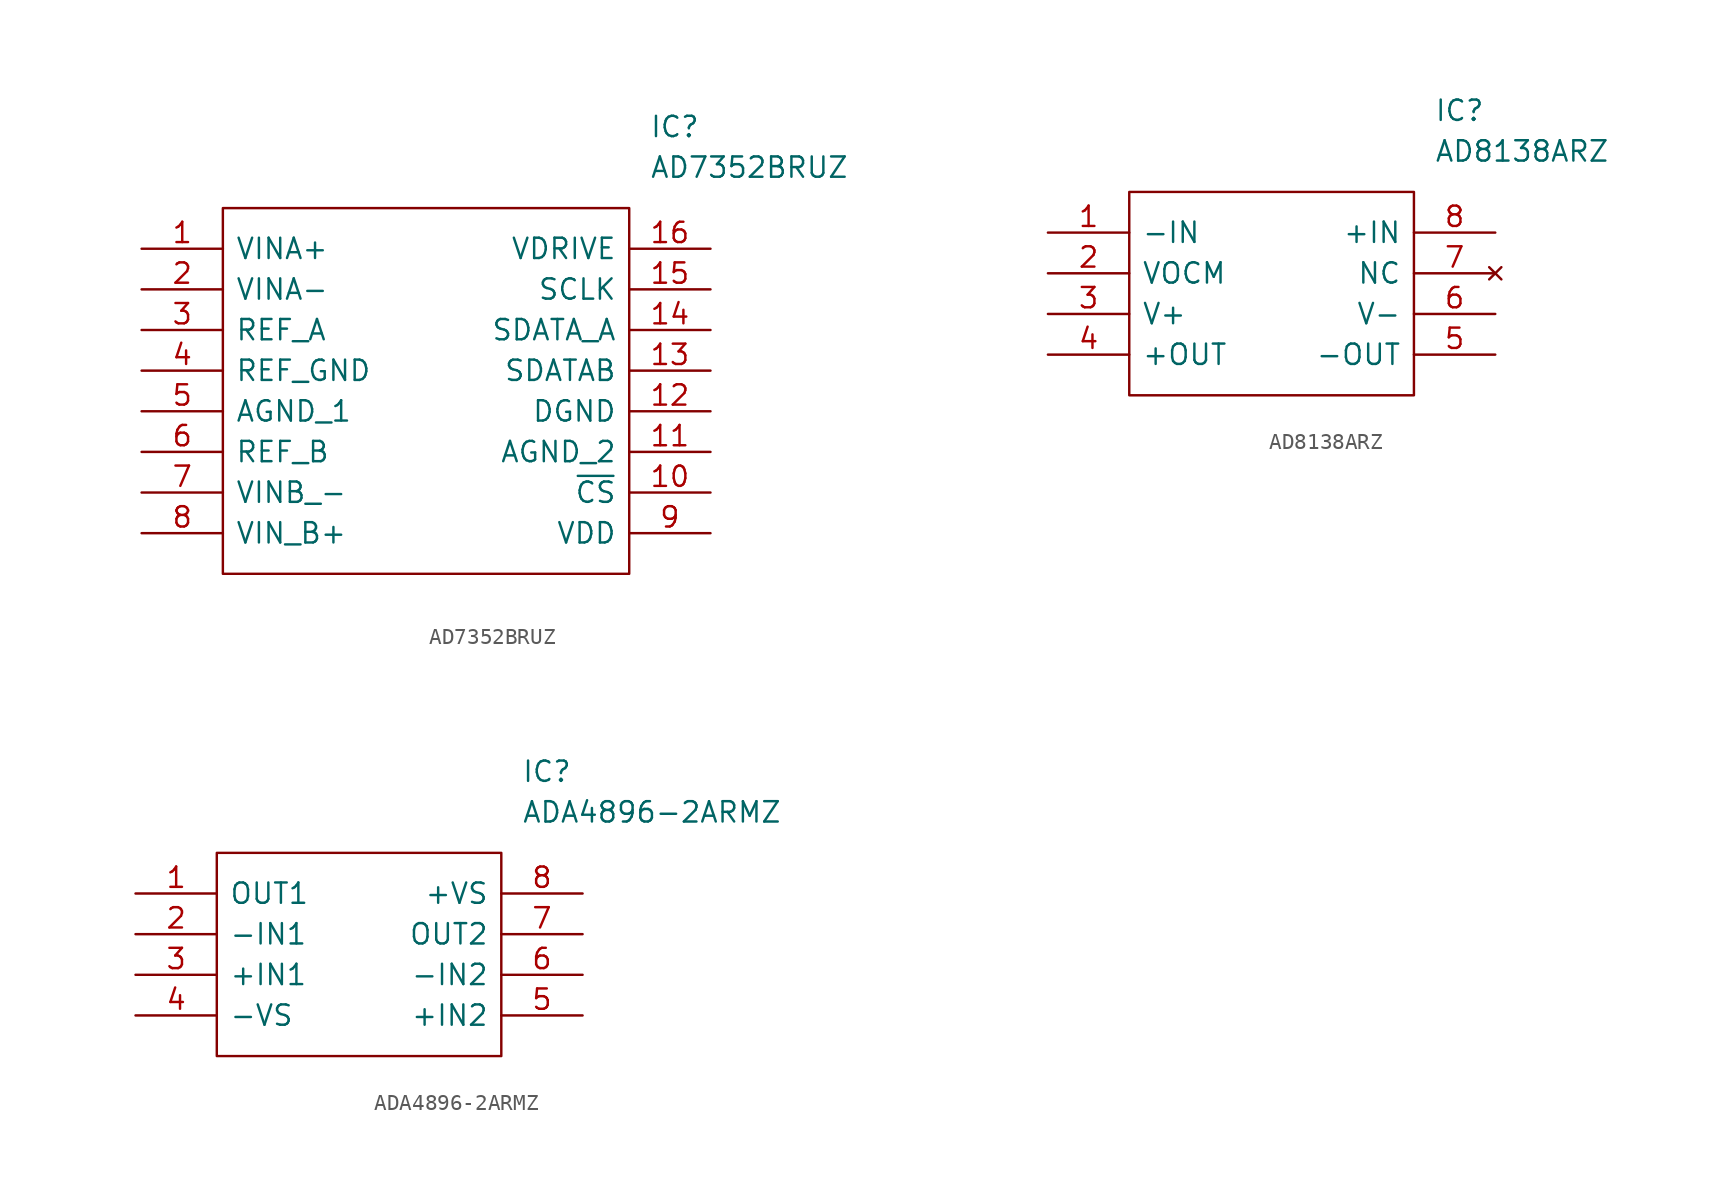
<source format=kicad_sym>
(kicad_symbol_lib
  (version 20231120)
  (generator "kicad_symbol_editor")
  (generator_version "8.0")
  (symbol "AD7352BRUZ"
    (pin_names
      (offset 0.762))
    (property "Reference" "IC"
      (at 31.75 7.62 0)
      (effects (font (size 1.27 1.27)) (justify left)))
    (property "Value" "AD7352BRUZ"
      (at 31.75 5.08 0)
      (effects (font (size 1.27 1.27)) (justify left)))
    (symbol "AD7352BRUZ_0_0"
      (pin passive line (at 0 0 0) (length 5.08) (name "VINA+" (effects (font (size 1.27 1.27)))) (number "1" (effects (font (size 1.27 1.27)))))
      (pin passive line (at 35.56 -15.24 180) (length 5.08) (name "~{CS}" (effects (font (size 1.27 1.27)))) (number "10" (effects (font (size 1.27 1.27)))))
      (pin passive line (at 35.56 -12.7 180) (length 5.08) (name "AGND_2" (effects (font (size 1.27 1.27)))) (number "11" (effects (font (size 1.27 1.27)))))
      (pin passive line (at 35.56 -10.16 180) (length 5.08) (name "DGND" (effects (font (size 1.27 1.27)))) (number "12" (effects (font (size 1.27 1.27)))))
      (pin passive line (at 35.56 -7.62 180) (length 5.08) (name "SDATAB" (effects (font (size 1.27 1.27)))) (number "13" (effects (font (size 1.27 1.27)))))
      (pin passive line (at 35.56 -5.08 180) (length 5.08) (name "SDATA_A" (effects (font (size 1.27 1.27)))) (number "14" (effects (font (size 1.27 1.27)))))
      (pin passive line (at 35.56 -2.54 180) (length 5.08) (name "SCLK" (effects (font (size 1.27 1.27)))) (number "15" (effects (font (size 1.27 1.27)))))
      (pin passive line (at 35.56 0 180) (length 5.08) (name "VDRIVE" (effects (font (size 1.27 1.27)))) (number "16" (effects (font (size 1.27 1.27)))))
      (pin passive line (at 0 -2.54 0) (length 5.08) (name "VINA-" (effects (font (size 1.27 1.27)))) (number "2" (effects (font (size 1.27 1.27)))))
      (pin passive line (at 0 -5.08 0) (length 5.08) (name "REF_A" (effects (font (size 1.27 1.27)))) (number "3" (effects (font (size 1.27 1.27)))))
      (pin passive line (at 0 -7.62 0) (length 5.08) (name "REF_GND" (effects (font (size 1.27 1.27)))) (number "4" (effects (font (size 1.27 1.27)))))
      (pin passive line (at 0 -10.16 0) (length 5.08) (name "AGND_1" (effects (font (size 1.27 1.27)))) (number "5" (effects (font (size 1.27 1.27)))))
      (pin passive line (at 0 -12.7 0) (length 5.08) (name "REF_B" (effects (font (size 1.27 1.27)))) (number "6" (effects (font (size 1.27 1.27)))))
      (pin passive line (at 0 -15.24 0) (length 5.08) (name "VINB_-" (effects (font (size 1.27 1.27)))) (number "7" (effects (font (size 1.27 1.27)))))
      (pin passive line (at 0 -17.78 0) (length 5.08) (name "VIN_B+" (effects (font (size 1.27 1.27)))) (number "8" (effects (font (size 1.27 1.27)))))
      (pin passive line (at 35.56 -17.78 180) (length 5.08) (name "VDD" (effects (font (size 1.27 1.27)))) (number "9" (effects (font (size 1.27 1.27))))))
    (symbol "AD7352BRUZ_0_1"
      (polyline (pts (xy 5.08 2.54) (xy 30.48 2.54) (xy 30.48 -20.32) (xy 5.08 -20.32) (xy 5.08 2.54)) (stroke (width 0.152) (type solid)) (fill (type none)))))
  (symbol "AD8138ARZ"
    (pin_names
      (offset 0.762))
    (property "Reference" "IC"
      (at 24.13 7.62 0)
      (effects (font (size 1.27 1.27)) (justify left)))
    (property "Value" "AD8138ARZ"
      (at 24.13 5.08 0)
      (effects (font (size 1.27 1.27)) (justify left)))
    (symbol "AD8138ARZ_0_0"
      (pin passive line (at 0 0 0) (length 5.08) (name "-IN" (effects (font (size 1.27 1.27)))) (number "1" (effects (font (size 1.27 1.27)))))
      (pin passive line (at 0 -2.54 0) (length 5.08) (name "VOCM" (effects (font (size 1.27 1.27)))) (number "2" (effects (font (size 1.27 1.27)))))
      (pin passive line (at 0 -5.08 0) (length 5.08) (name "V+" (effects (font (size 1.27 1.27)))) (number "3" (effects (font (size 1.27 1.27)))))
      (pin passive line (at 0 -7.62 0) (length 5.08) (name "+OUT" (effects (font (size 1.27 1.27)))) (number "4" (effects (font (size 1.27 1.27)))))
      (pin passive line (at 27.94 -7.62 180) (length 5.08) (name "-OUT" (effects (font (size 1.27 1.27)))) (number "5" (effects (font (size 1.27 1.27)))))
      (pin passive line (at 27.94 -5.08 180) (length 5.08) (name "V-" (effects (font (size 1.27 1.27)))) (number "6" (effects (font (size 1.27 1.27)))))
      (pin no_connect line (at 27.94 -2.54 180) (length 5.08) (name "NC" (effects (font (size 1.27 1.27)))) (number "7" (effects (font (size 1.27 1.27)))))
      (pin passive line (at 27.94 0 180) (length 5.08) (name "+IN" (effects (font (size 1.27 1.27)))) (number "8" (effects (font (size 1.27 1.27))))))
    (symbol "AD8138ARZ_0_1"
      (polyline (pts (xy 5.08 2.54) (xy 22.86 2.54) (xy 22.86 -10.16) (xy 5.08 -10.16) (xy 5.08 2.54)) (stroke (width 0.152) (type solid)) (fill (type none)))))
  (symbol "ADA4896-2ARMZ"
    (pin_names
      (offset 0.762))
    (property "Reference" "IC"
      (at 24.13 7.62 0)
      (effects (font (size 1.27 1.27)) (justify left)))
    (property "Value" "ADA4896-2ARMZ"
      (at 24.13 5.08 0)
      (effects (font (size 1.27 1.27)) (justify left)))
    (symbol "ADA4896-2ARMZ_0_0"
      (pin passive line (at 0 0 0) (length 5.08) (name "OUT1" (effects (font (size 1.27 1.27)))) (number "1" (effects (font (size 1.27 1.27)))))
      (pin passive line (at 0 -2.54 0) (length 5.08) (name "-IN1" (effects (font (size 1.27 1.27)))) (number "2" (effects (font (size 1.27 1.27)))))
      (pin passive line (at 0 -5.08 0) (length 5.08) (name "+IN1" (effects (font (size 1.27 1.27)))) (number "3" (effects (font (size 1.27 1.27)))))
      (pin passive line (at 0 -7.62 0) (length 5.08) (name "-VS" (effects (font (size 1.27 1.27)))) (number "4" (effects (font (size 1.27 1.27)))))
      (pin passive line (at 27.94 -7.62 180) (length 5.08) (name "+IN2" (effects (font (size 1.27 1.27)))) (number "5" (effects (font (size 1.27 1.27)))))
      (pin passive line (at 27.94 -5.08 180) (length 5.08) (name "-IN2" (effects (font (size 1.27 1.27)))) (number "6" (effects (font (size 1.27 1.27)))))
      (pin passive line (at 27.94 -2.54 180) (length 5.08) (name "OUT2" (effects (font (size 1.27 1.27)))) (number "7" (effects (font (size 1.27 1.27)))))
      (pin passive line (at 27.94 0 180) (length 5.08) (name "+VS" (effects (font (size 1.27 1.27)))) (number "8" (effects (font (size 1.27 1.27))))))
    (symbol "ADA4896-2ARMZ_0_1"
      (polyline (pts (xy 5.08 2.54) (xy 22.86 2.54) (xy 22.86 -10.16) (xy 5.08 -10.16) (xy 5.08 2.54)) (stroke (width 0.152) (type solid)) (fill (type none))))))
</source>
